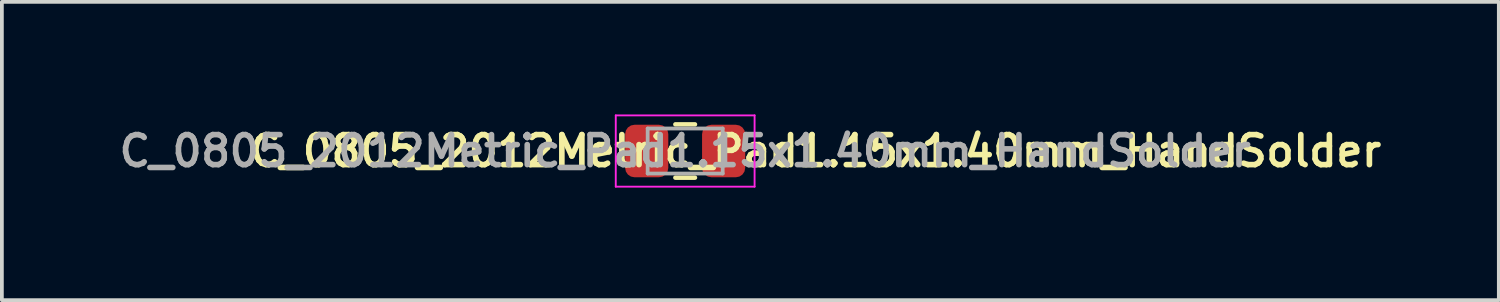
<source format=kicad_pcb>
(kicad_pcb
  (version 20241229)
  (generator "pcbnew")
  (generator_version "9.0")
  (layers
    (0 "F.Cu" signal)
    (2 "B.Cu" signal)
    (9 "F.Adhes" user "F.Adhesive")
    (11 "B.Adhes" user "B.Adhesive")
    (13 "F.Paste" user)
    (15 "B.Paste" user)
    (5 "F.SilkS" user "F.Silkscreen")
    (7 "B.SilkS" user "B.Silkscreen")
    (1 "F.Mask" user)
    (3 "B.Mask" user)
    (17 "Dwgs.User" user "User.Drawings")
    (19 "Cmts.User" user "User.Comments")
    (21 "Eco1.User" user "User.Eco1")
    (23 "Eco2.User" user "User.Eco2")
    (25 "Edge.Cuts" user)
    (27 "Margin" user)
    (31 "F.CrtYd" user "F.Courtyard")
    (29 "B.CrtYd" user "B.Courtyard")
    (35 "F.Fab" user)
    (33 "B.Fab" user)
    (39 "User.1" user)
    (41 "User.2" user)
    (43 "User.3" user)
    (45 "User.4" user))
  (footprint "C_0805_2012Metric_Pad1.15x1.40mm_HandSolder"
    (layer "F.Cu")
    (at 15.212 0.975)
    (property "Reference" "C_0805_2012Metric_Pad1.15x1.40mm_HandSolder" (at 3.475 0 0) (layer "F.SilkS") (effects (font (size 0.8 0.8) (thickness 0.15))))
    (attr smd)
    (fp_line (start -0.261 -0.71) (end 0.261 -0.71) (stroke (width 0.12) (type solid)) (layer "F.SilkS"))
    (fp_line (start -0.261 0.71) (end 0.261 0.71) (stroke (width 0.12) (type solid)) (layer "F.SilkS"))
    (fp_line (start -1.85 -0.95) (end 1.85 -0.95) (stroke (width 0.05) (type solid)) (layer "F.CrtYd"))
    (fp_line (start -1.85 0.95) (end -1.85 -0.95) (stroke (width 0.05) (type solid)) (layer "F.CrtYd"))
    (fp_line (start 1.85 -0.95) (end 1.85 0.95) (stroke (width 0.05) (type solid)) (layer "F.CrtYd"))
    (fp_line (start 1.85 0.95) (end -1.85 0.95) (stroke (width 0.05) (type solid)) (layer "F.CrtYd"))
    (fp_line (start -1 -0.6) (end 1 -0.6) (stroke (width 0.1) (type solid)) (layer "F.Fab"))
    (fp_line (start -1 0.6) (end -1 -0.6) (stroke (width 0.1) (type solid)) (layer "F.Fab"))
    (fp_line (start 1 -0.6) (end 1 0.6) (stroke (width 0.1) (type solid)) (layer "F.Fab"))
    (fp_line (start 1 0.6) (end -1 0.6) (stroke (width 0.1) (type solid)) (layer "F.Fab"))
    (fp_text user "${REFERENCE}" (at 0 0 0) (layer "F.Fab") (effects (font (size 0.8 0.8) (thickness 0.15))))
    (pad "1" smd roundrect (at -1.025 0) (size 1.15 1.4) (layers "F.Cu" "F.Mask" "F.Paste") (roundrect_rratio 0.217))
    (pad "2" smd roundrect (at 1.025 0) (size 1.15 1.4) (layers "F.Cu" "F.Mask" "F.Paste") (roundrect_rratio 0.217)))
  (gr_rect
    (start -3 -3)
    (end 36.898 4.95)
    (stroke (width 0.1) (type default))
    (fill no)
    (layer "Edge.Cuts")))
</source>
